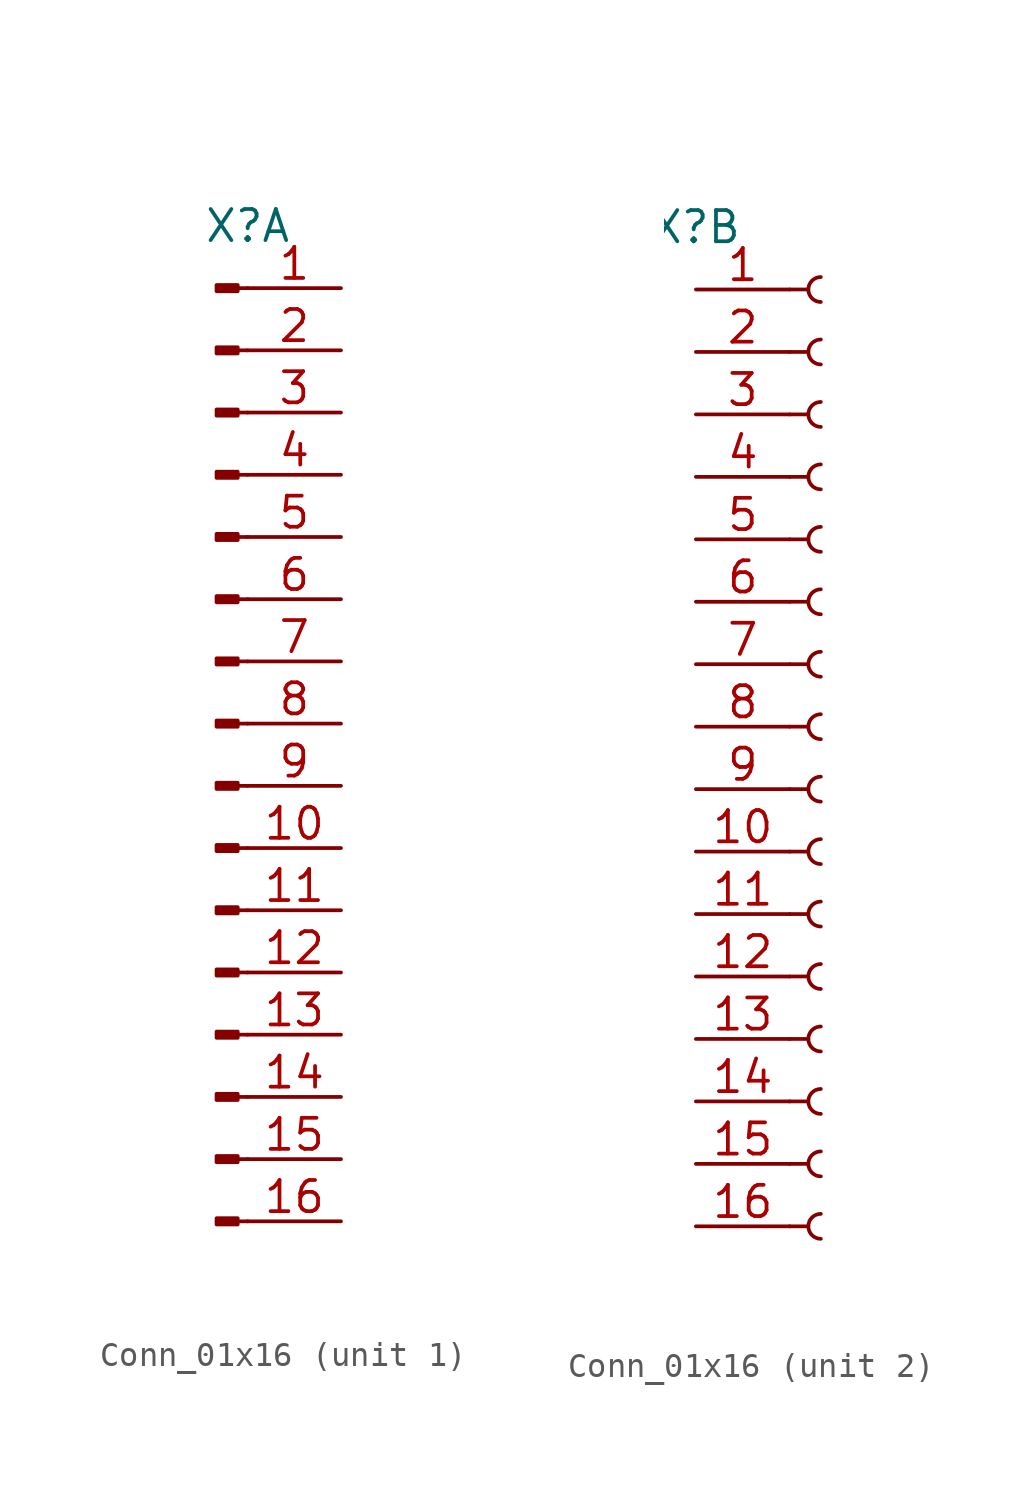
<source format=kicad_sym>
(kicad_symbol_lib
  (version 20241209)
  (generator "kicad_symbol_editor")
  (generator_version "9.0")
  (symbol "Conn_01x16"
    (pin_names
      (offset 1.016)
      (hide yes))
    (property "Reference" "X"
      (at 0 20.32 0)
      (do_not_autoplace)
      (effects (font (size 1.27 1.27))))
    (property "ki_locked" ""
      (at 0 0 0)
      (effects (font (size 1.27 1.27))))
    (symbol "Conn_01x16_1_1"
      (rectangle (start -0.406 17.907) (end -1.27 17.653) (stroke (width 0.152) (type default)) (fill (type outline)))
      (rectangle (start -0.406 15.367) (end -1.27 15.113) (stroke (width 0.152) (type default)) (fill (type outline)))
      (rectangle (start -0.406 12.827) (end -1.27 12.573) (stroke (width 0.152) (type default)) (fill (type outline)))
      (rectangle (start -0.406 10.287) (end -1.27 10.033) (stroke (width 0.152) (type default)) (fill (type outline)))
      (rectangle (start -0.406 7.747) (end -1.27 7.493) (stroke (width 0.152) (type default)) (fill (type outline)))
      (rectangle (start -0.406 5.207) (end -1.27 4.953) (stroke (width 0.152) (type default)) (fill (type outline)))
      (rectangle (start -0.406 2.667) (end -1.27 2.413) (stroke (width 0.152) (type default)) (fill (type outline)))
      (rectangle (start -0.406 0.127) (end -1.27 -0.127) (stroke (width 0.152) (type default)) (fill (type outline)))
      (rectangle (start -0.406 -2.413) (end -1.27 -2.667) (stroke (width 0.152) (type default)) (fill (type outline)))
      (rectangle (start -0.406 -4.953) (end -1.27 -5.207) (stroke (width 0.152) (type default)) (fill (type outline)))
      (rectangle (start -0.406 -7.493) (end -1.27 -7.747) (stroke (width 0.152) (type default)) (fill (type outline)))
      (rectangle (start -0.406 -10.033) (end -1.27 -10.287) (stroke (width 0.152) (type default)) (fill (type outline)))
      (rectangle (start -0.406 -12.573) (end -1.27 -12.827) (stroke (width 0.152) (type default)) (fill (type outline)))
      (rectangle (start -0.406 -15.113) (end -1.27 -15.367) (stroke (width 0.152) (type default)) (fill (type outline)))
      (rectangle (start -0.406 -17.653) (end -1.27 -17.907) (stroke (width 0.152) (type default)) (fill (type outline)))
      (rectangle (start -0.406 -20.193) (end -1.27 -20.447) (stroke (width 0.152) (type default)) (fill (type outline)))
      (polyline (pts (xy 0 17.78) (xy -0.406 17.78)) (stroke (width 0.152) (type default)) (fill (type none)))
      (polyline (pts (xy 0 15.24) (xy -0.406 15.24)) (stroke (width 0.152) (type default)) (fill (type none)))
      (polyline (pts (xy 0 12.7) (xy -0.406 12.7)) (stroke (width 0.152) (type default)) (fill (type none)))
      (polyline (pts (xy 0 10.16) (xy -0.406 10.16)) (stroke (width 0.152) (type default)) (fill (type none)))
      (polyline (pts (xy 0 7.62) (xy -0.406 7.62)) (stroke (width 0.152) (type default)) (fill (type none)))
      (polyline (pts (xy 0 5.08) (xy -0.406 5.08)) (stroke (width 0.152) (type default)) (fill (type none)))
      (polyline (pts (xy 0 2.54) (xy -0.406 2.54)) (stroke (width 0.152) (type default)) (fill (type none)))
      (polyline (pts (xy 0 0) (xy -0.406 0)) (stroke (width 0.152) (type default)) (fill (type none)))
      (polyline (pts (xy 0 -2.54) (xy -0.406 -2.54)) (stroke (width 0.152) (type default)) (fill (type none)))
      (polyline (pts (xy 0 -5.08) (xy -0.406 -5.08)) (stroke (width 0.152) (type default)) (fill (type none)))
      (polyline (pts (xy 0 -7.62) (xy -0.406 -7.62)) (stroke (width 0.152) (type default)) (fill (type none)))
      (polyline (pts (xy 0 -10.16) (xy -0.406 -10.16)) (stroke (width 0.152) (type default)) (fill (type none)))
      (polyline (pts (xy 0 -12.7) (xy -0.406 -12.7)) (stroke (width 0.152) (type default)) (fill (type none)))
      (polyline (pts (xy 0 -15.24) (xy -0.406 -15.24)) (stroke (width 0.152) (type default)) (fill (type none)))
      (polyline (pts (xy 0 -17.78) (xy -0.406 -17.78)) (stroke (width 0.152) (type default)) (fill (type none)))
      (polyline (pts (xy 0 -20.32) (xy -0.406 -20.32)) (stroke (width 0.152) (type default)) (fill (type none)))
      (pin passive line (at 3.81 17.78 180) (length 3.81) (name "Pin_1" (effects (font (size 1.27 1.27)))) (number "1" (effects (font (size 1.27 1.27)))))
      (pin passive line (at 3.81 15.24 180) (length 3.81) (name "Pin_2" (effects (font (size 1.27 1.27)))) (number "2" (effects (font (size 1.27 1.27)))))
      (pin passive line (at 3.81 12.7 180) (length 3.81) (name "Pin_3" (effects (font (size 1.27 1.27)))) (number "3" (effects (font (size 1.27 1.27)))))
      (pin passive line (at 3.81 10.16 180) (length 3.81) (name "Pin_4" (effects (font (size 1.27 1.27)))) (number "4" (effects (font (size 1.27 1.27)))))
      (pin passive line (at 3.81 7.62 180) (length 3.81) (name "Pin_5" (effects (font (size 1.27 1.27)))) (number "5" (effects (font (size 1.27 1.27)))))
      (pin passive line (at 3.81 5.08 180) (length 3.81) (name "Pin_6" (effects (font (size 1.27 1.27)))) (number "6" (effects (font (size 1.27 1.27)))))
      (pin passive line (at 3.81 2.54 180) (length 3.81) (name "Pin_7" (effects (font (size 1.27 1.27)))) (number "7" (effects (font (size 1.27 1.27)))))
      (pin passive line (at 3.81 0 180) (length 3.81) (name "Pin_8" (effects (font (size 1.27 1.27)))) (number "8" (effects (font (size 1.27 1.27)))))
      (pin passive line (at 3.81 -2.54 180) (length 3.81) (name "Pin_9" (effects (font (size 1.27 1.27)))) (number "9" (effects (font (size 1.27 1.27)))))
      (pin passive line (at 3.81 -5.08 180) (length 3.81) (name "Pin_10" (effects (font (size 1.27 1.27)))) (number "10" (effects (font (size 1.27 1.27)))))
      (pin passive line (at 3.81 -7.62 180) (length 3.81) (name "Pin_11" (effects (font (size 1.27 1.27)))) (number "11" (effects (font (size 1.27 1.27)))))
      (pin passive line (at 3.81 -10.16 180) (length 3.81) (name "Pin_12" (effects (font (size 1.27 1.27)))) (number "12" (effects (font (size 1.27 1.27)))))
      (pin passive line (at 3.81 -12.7 180) (length 3.81) (name "Pin_13" (effects (font (size 1.27 1.27)))) (number "13" (effects (font (size 1.27 1.27)))))
      (pin passive line (at 3.81 -15.24 180) (length 3.81) (name "Pin_14" (effects (font (size 1.27 1.27)))) (number "14" (effects (font (size 1.27 1.27)))))
      (pin passive line (at 3.81 -17.78 180) (length 3.81) (name "Pin_15" (effects (font (size 1.27 1.27)))) (number "15" (effects (font (size 1.27 1.27)))))
      (pin passive line (at 3.81 -20.32 180) (length 3.81) (name "Pin_16" (effects (font (size 1.27 1.27)))) (number "16" (effects (font (size 1.27 1.27))))))
    (symbol "Conn_01x16_2_1"
      (polyline (pts (xy 3.81 17.78) (xy 4.572 17.78)) (stroke (width 0.152) (type default)) (fill (type none)))
      (polyline (pts (xy 3.81 15.24) (xy 4.572 15.24)) (stroke (width 0.152) (type default)) (fill (type none)))
      (polyline (pts (xy 3.81 12.7) (xy 4.572 12.7)) (stroke (width 0.152) (type default)) (fill (type none)))
      (polyline (pts (xy 3.81 10.16) (xy 4.572 10.16)) (stroke (width 0.152) (type default)) (fill (type none)))
      (polyline (pts (xy 3.81 7.62) (xy 4.572 7.62)) (stroke (width 0.152) (type default)) (fill (type none)))
      (polyline (pts (xy 3.81 5.08) (xy 4.572 5.08)) (stroke (width 0.152) (type default)) (fill (type none)))
      (polyline (pts (xy 3.81 2.54) (xy 4.572 2.54)) (stroke (width 0.152) (type default)) (fill (type none)))
      (polyline (pts (xy 3.81 0) (xy 4.572 0)) (stroke (width 0.152) (type default)) (fill (type none)))
      (polyline (pts (xy 3.81 -2.54) (xy 4.572 -2.54)) (stroke (width 0.152) (type default)) (fill (type none)))
      (polyline (pts (xy 3.81 -5.08) (xy 4.572 -5.08)) (stroke (width 0.152) (type default)) (fill (type none)))
      (polyline (pts (xy 3.81 -7.62) (xy 4.572 -7.62)) (stroke (width 0.152) (type default)) (fill (type none)))
      (polyline (pts (xy 3.81 -10.16) (xy 4.572 -10.16)) (stroke (width 0.152) (type default)) (fill (type none)))
      (polyline (pts (xy 3.81 -12.7) (xy 4.572 -12.7)) (stroke (width 0.152) (type default)) (fill (type none)))
      (polyline (pts (xy 3.81 -15.24) (xy 4.572 -15.24)) (stroke (width 0.152) (type default)) (fill (type none)))
      (polyline (pts (xy 3.81 -17.78) (xy 4.572 -17.78)) (stroke (width 0.152) (type default)) (fill (type none)))
      (polyline (pts (xy 3.81 -20.32) (xy 4.572 -20.32)) (stroke (width 0.152) (type default)) (fill (type none)))
      (arc (start 5.08 17.272) (mid 4.5742 17.78) (end 5.08 18.288) (stroke (width 0.1524) (type default)) (fill (type none)))
      (arc (start 5.08 14.732) (mid 4.5742 15.24) (end 5.08 15.748) (stroke (width 0.1524) (type default)) (fill (type none)))
      (arc (start 5.08 12.192) (mid 4.5742 12.7) (end 5.08 13.208) (stroke (width 0.1524) (type default)) (fill (type none)))
      (arc (start 5.08 9.652) (mid 4.5742 10.16) (end 5.08 10.668) (stroke (width 0.1524) (type default)) (fill (type none)))
      (arc (start 5.08 7.112) (mid 4.5742 7.62) (end 5.08 8.128) (stroke (width 0.1524) (type default)) (fill (type none)))
      (arc (start 5.08 4.572) (mid 4.5742 5.08) (end 5.08 5.588) (stroke (width 0.1524) (type default)) (fill (type none)))
      (arc (start 5.08 2.032) (mid 4.5742 2.54) (end 5.08 3.048) (stroke (width 0.1524) (type default)) (fill (type none)))
      (arc (start 5.08 -0.508) (mid 4.5742 0) (end 5.08 0.508) (stroke (width 0.1524) (type default)) (fill (type none)))
      (arc (start 5.08 -3.048) (mid 4.5742 -2.54) (end 5.08 -2.032) (stroke (width 0.1524) (type default)) (fill (type none)))
      (arc (start 5.08 -5.588) (mid 4.5742 -5.08) (end 5.08 -4.572) (stroke (width 0.1524) (type default)) (fill (type none)))
      (arc (start 5.08 -8.128) (mid 4.5742 -7.62) (end 5.08 -7.112) (stroke (width 0.1524) (type default)) (fill (type none)))
      (arc (start 5.08 -10.668) (mid 4.5742 -10.16) (end 5.08 -9.652) (stroke (width 0.1524) (type default)) (fill (type none)))
      (arc (start 5.08 -13.208) (mid 4.5742 -12.7) (end 5.08 -12.192) (stroke (width 0.1524) (type default)) (fill (type none)))
      (arc (start 5.08 -15.748) (mid 4.5742 -15.24) (end 5.08 -14.732) (stroke (width 0.1524) (type default)) (fill (type none)))
      (arc (start 5.08 -18.288) (mid 4.5742 -17.78) (end 5.08 -17.272) (stroke (width 0.1524) (type default)) (fill (type none)))
      (arc (start 5.08 -20.828) (mid 4.5742 -20.32) (end 5.08 -19.812) (stroke (width 0.1524) (type default)) (fill (type none)))
      (pin passive line (at 0 17.78 0) (length 3.81) (name "Pin_1" (effects (font (size 1.27 1.27)))) (number "1" (effects (font (size 1.27 1.27)))))
      (pin passive line (at 0 15.24 0) (length 3.81) (name "Pin_2" (effects (font (size 1.27 1.27)))) (number "2" (effects (font (size 1.27 1.27)))))
      (pin passive line (at 0 12.7 0) (length 3.81) (name "Pin_3" (effects (font (size 1.27 1.27)))) (number "3" (effects (font (size 1.27 1.27)))))
      (pin passive line (at 0 10.16 0) (length 3.81) (name "Pin_4" (effects (font (size 1.27 1.27)))) (number "4" (effects (font (size 1.27 1.27)))))
      (pin passive line (at 0 7.62 0) (length 3.81) (name "Pin_5" (effects (font (size 1.27 1.27)))) (number "5" (effects (font (size 1.27 1.27)))))
      (pin passive line (at 0 5.08 0) (length 3.81) (name "Pin_6" (effects (font (size 1.27 1.27)))) (number "6" (effects (font (size 1.27 1.27)))))
      (pin passive line (at 0 2.54 0) (length 3.81) (name "Pin_7" (effects (font (size 1.27 1.27)))) (number "7" (effects (font (size 1.27 1.27)))))
      (pin passive line (at 0 0 0) (length 3.81) (name "Pin_8" (effects (font (size 1.27 1.27)))) (number "8" (effects (font (size 1.27 1.27)))))
      (pin passive line (at 0 -2.54 0) (length 3.81) (name "Pin_9" (effects (font (size 1.27 1.27)))) (number "9" (effects (font (size 1.27 1.27)))))
      (pin passive line (at 0 -5.08 0) (length 3.81) (name "Pin_10" (effects (font (size 1.27 1.27)))) (number "10" (effects (font (size 1.27 1.27)))))
      (pin passive line (at 0 -7.62 0) (length 3.81) (name "Pin_11" (effects (font (size 1.27 1.27)))) (number "11" (effects (font (size 1.27 1.27)))))
      (pin passive line (at 0 -10.16 0) (length 3.81) (name "Pin_12" (effects (font (size 1.27 1.27)))) (number "12" (effects (font (size 1.27 1.27)))))
      (pin passive line (at 0 -12.7 0) (length 3.81) (name "Pin_13" (effects (font (size 1.27 1.27)))) (number "13" (effects (font (size 1.27 1.27)))))
      (pin passive line (at 0 -15.24 0) (length 3.81) (name "Pin_14" (effects (font (size 1.27 1.27)))) (number "14" (effects (font (size 1.27 1.27)))))
      (pin passive line (at 0 -17.78 0) (length 3.81) (name "Pin_15" (effects (font (size 1.27 1.27)))) (number "15" (effects (font (size 1.27 1.27)))))
      (pin passive line (at 0 -20.32 0) (length 3.81) (name "Pin_16" (effects (font (size 1.27 1.27)))) (number "16" (effects (font (size 1.27 1.27))))))))
</source>
